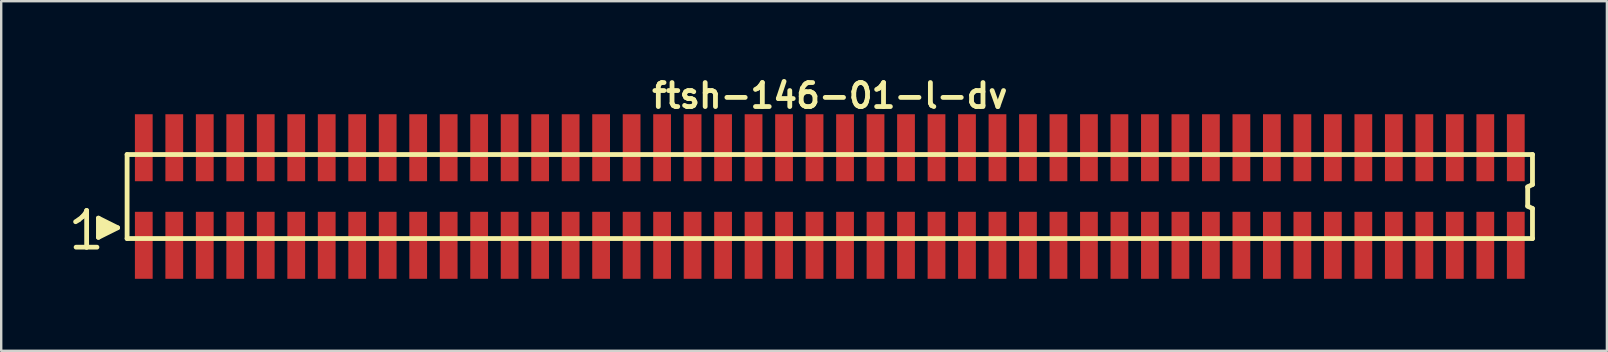
<source format=kicad_pcb>
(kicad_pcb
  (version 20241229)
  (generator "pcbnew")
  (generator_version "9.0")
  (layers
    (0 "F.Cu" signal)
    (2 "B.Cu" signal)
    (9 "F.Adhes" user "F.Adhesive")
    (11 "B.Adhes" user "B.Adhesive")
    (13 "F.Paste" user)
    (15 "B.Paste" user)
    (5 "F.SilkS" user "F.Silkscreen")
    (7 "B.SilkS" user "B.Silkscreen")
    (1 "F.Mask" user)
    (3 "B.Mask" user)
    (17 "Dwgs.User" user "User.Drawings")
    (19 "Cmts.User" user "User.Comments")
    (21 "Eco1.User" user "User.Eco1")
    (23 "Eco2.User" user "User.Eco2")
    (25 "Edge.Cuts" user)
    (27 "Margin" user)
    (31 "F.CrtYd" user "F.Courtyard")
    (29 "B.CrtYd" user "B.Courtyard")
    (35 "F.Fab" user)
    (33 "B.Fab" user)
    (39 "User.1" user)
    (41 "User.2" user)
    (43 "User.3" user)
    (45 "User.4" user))
  (footprint "ftsh-146-01-l-dv"
    (layer "F.Cu")
    (at 31.514 5.136)
    (property "Reference" "ftsh-146-01-l-dv" (at 0 -4.2 0) (layer "F.SilkS") (effects (font (size 1 1) (thickness 0.2))))
    (attr smd)
    (fp_line (start -31.415 1.05) (end -31.285 0.97) (stroke (width 0.198) (type solid)) (layer "F.SilkS"))
    (fp_line (start -31.285 0.97) (end -31.125 0.84) (stroke (width 0.198) (type solid)) (layer "F.SilkS"))
    (fp_line (start -31.125 0.84) (end -30.985 0.67) (stroke (width 0.198) (type solid)) (layer "F.SilkS"))
    (fp_line (start -30.985 0.67) (end -30.955 0.58) (stroke (width 0.198) (type solid)) (layer "F.SilkS"))
    (fp_line (start -30.955 0.58) (end -30.955 2.11) (stroke (width 0.198) (type solid)) (layer "F.SilkS"))
    (fp_line (start -30.955 2.11) (end -31.395 2.11) (stroke (width 0.198) (type solid)) (layer "F.SilkS"))
    (fp_line (start -30.525 2.11) (end -30.965 2.11) (stroke (width 0.198) (type solid)) (layer "F.SilkS"))
    (fp_line (start -30.465 0.9) (end -29.665 1.3) (stroke (width 0.198) (type solid)) (layer "F.SilkS"))
    (fp_line (start -30.465 1.7) (end -30.465 0.9) (stroke (width 0.198) (type solid)) (layer "F.SilkS"))
    (fp_line (start -30.365 1.6) (end -30.365 1) (stroke (width 0.198) (type solid)) (layer "F.SilkS"))
    (fp_line (start -30.265 1.1) (end -30.265 1.5) (stroke (width 0.198) (type solid)) (layer "F.SilkS"))
    (fp_line (start -30.165 1.5) (end -30.165 1.1) (stroke (width 0.198) (type solid)) (layer "F.SilkS"))
    (fp_line (start -30.065 1.2) (end -30.065 1.4) (stroke (width 0.198) (type solid)) (layer "F.SilkS"))
    (fp_line (start -29.965 1.4) (end -29.965 1.2) (stroke (width 0.198) (type solid)) (layer "F.SilkS"))
    (fp_line (start -29.665 1.3) (end -30.465 1.7) (stroke (width 0.198) (type solid)) (layer "F.SilkS"))
    (fp_line (start -29.27 -1.75) (end -29.27 1.75) (stroke (width 0.2) (type solid)) (layer "F.SilkS"))
    (fp_line (start -29.27 -1.75) (end 29.27 -1.75) (stroke (width 0.2) (type solid)) (layer "F.SilkS"))
    (fp_line (start -29.27 1.75) (end 29.27 1.75) (stroke (width 0.2) (type solid)) (layer "F.SilkS"))
    (fp_line (start 29.07 -0.4) (end 29.07 0.4) (stroke (width 0.2) (type solid)) (layer "F.SilkS"))
    (fp_line (start 29.07 -0.4) (end 29.27 -0.5) (stroke (width 0.2) (type solid)) (layer "F.SilkS"))
    (fp_line (start 29.07 0.4) (end 29.27 0.5) (stroke (width 0.2) (type solid)) (layer "F.SilkS"))
    (fp_line (start 29.27 -0.5) (end 29.27 -1.75) (stroke (width 0.2) (type solid)) (layer "F.SilkS"))
    (fp_line (start 29.27 0.5) (end 29.27 1.75) (stroke (width 0.2) (type solid)) (layer "F.SilkS"))
    (pad "1" smd rect (at -28.575 2.032) (size 0.74 2.79) (layers "F.Cu" "F.Mask" "F.Paste"))
    (pad "2" smd rect (at -28.575 -2.032) (size 0.74 2.79) (layers "F.Cu" "F.Mask" "F.Paste"))
    (pad "3" smd rect (at -27.305 2.032) (size 0.74 2.79) (layers "F.Cu" "F.Mask" "F.Paste"))
    (pad "4" smd rect (at -27.305 -2.032) (size 0.74 2.79) (layers "F.Cu" "F.Mask" "F.Paste"))
    (pad "5" smd rect (at -26.035 2.032) (size 0.74 2.79) (layers "F.Cu" "F.Mask" "F.Paste"))
    (pad "6" smd rect (at -26.035 -2.032) (size 0.74 2.79) (layers "F.Cu" "F.Mask" "F.Paste"))
    (pad "7" smd rect (at -24.765 2.032) (size 0.74 2.79) (layers "F.Cu" "F.Mask" "F.Paste"))
    (pad "8" smd rect (at -24.765 -2.032) (size 0.74 2.79) (layers "F.Cu" "F.Mask" "F.Paste"))
    (pad "9" smd rect (at -23.495 2.032) (size 0.74 2.79) (layers "F.Cu" "F.Mask" "F.Paste"))
    (pad "10" smd rect (at -23.495 -2.032) (size 0.74 2.79) (layers "F.Cu" "F.Mask" "F.Paste"))
    (pad "11" smd rect (at -22.225 2.032) (size 0.74 2.79) (layers "F.Cu" "F.Mask" "F.Paste"))
    (pad "12" smd rect (at -22.225 -2.032) (size 0.74 2.79) (layers "F.Cu" "F.Mask" "F.Paste"))
    (pad "13" smd rect (at -20.955 2.032) (size 0.74 2.79) (layers "F.Cu" "F.Mask" "F.Paste"))
    (pad "14" smd rect (at -20.955 -2.032) (size 0.74 2.79) (layers "F.Cu" "F.Mask" "F.Paste"))
    (pad "15" smd rect (at -19.685 2.032) (size 0.74 2.79) (layers "F.Cu" "F.Mask" "F.Paste"))
    (pad "16" smd rect (at -19.685 -2.032) (size 0.74 2.79) (layers "F.Cu" "F.Mask" "F.Paste"))
    (pad "17" smd rect (at -18.415 2.032) (size 0.74 2.79) (layers "F.Cu" "F.Mask" "F.Paste"))
    (pad "18" smd rect (at -18.415 -2.032) (size 0.74 2.79) (layers "F.Cu" "F.Mask" "F.Paste"))
    (pad "19" smd rect (at -17.145 2.032) (size 0.74 2.79) (layers "F.Cu" "F.Mask" "F.Paste"))
    (pad "20" smd rect (at -17.145 -2.032) (size 0.74 2.79) (layers "F.Cu" "F.Mask" "F.Paste"))
    (pad "21" smd rect (at -15.875 2.032) (size 0.74 2.79) (layers "F.Cu" "F.Mask" "F.Paste"))
    (pad "22" smd rect (at -15.875 -2.032) (size 0.74 2.79) (layers "F.Cu" "F.Mask" "F.Paste"))
    (pad "23" smd rect (at -14.605 2.032) (size 0.74 2.79) (layers "F.Cu" "F.Mask" "F.Paste"))
    (pad "24" smd rect (at -14.605 -2.032) (size 0.74 2.79) (layers "F.Cu" "F.Mask" "F.Paste"))
    (pad "25" smd rect (at -13.335 2.032) (size 0.74 2.79) (layers "F.Cu" "F.Mask" "F.Paste"))
    (pad "26" smd rect (at -13.335 -2.032) (size 0.74 2.79) (layers "F.Cu" "F.Mask" "F.Paste"))
    (pad "27" smd rect (at -12.065 2.032) (size 0.74 2.79) (layers "F.Cu" "F.Mask" "F.Paste"))
    (pad "28" smd rect (at -12.065 -2.032) (size 0.74 2.79) (layers "F.Cu" "F.Mask" "F.Paste"))
    (pad "29" smd rect (at -10.795 2.032) (size 0.74 2.79) (layers "F.Cu" "F.Mask" "F.Paste"))
    (pad "30" smd rect (at -10.795 -2.032) (size 0.74 2.79) (layers "F.Cu" "F.Mask" "F.Paste"))
    (pad "31" smd rect (at -9.525 2.032) (size 0.74 2.79) (layers "F.Cu" "F.Mask" "F.Paste"))
    (pad "32" smd rect (at -9.525 -2.032) (size 0.74 2.79) (layers "F.Cu" "F.Mask" "F.Paste"))
    (pad "33" smd rect (at -8.255 2.032) (size 0.74 2.79) (layers "F.Cu" "F.Mask" "F.Paste"))
    (pad "34" smd rect (at -8.255 -2.032) (size 0.74 2.79) (layers "F.Cu" "F.Mask" "F.Paste"))
    (pad "35" smd rect (at -6.985 2.032) (size 0.74 2.79) (layers "F.Cu" "F.Mask" "F.Paste"))
    (pad "36" smd rect (at -6.985 -2.032) (size 0.74 2.79) (layers "F.Cu" "F.Mask" "F.Paste"))
    (pad "37" smd rect (at -5.715 2.032) (size 0.74 2.79) (layers "F.Cu" "F.Mask" "F.Paste"))
    (pad "38" smd rect (at -5.715 -2.032) (size 0.74 2.79) (layers "F.Cu" "F.Mask" "F.Paste"))
    (pad "39" smd rect (at -4.445 2.032) (size 0.74 2.79) (layers "F.Cu" "F.Mask" "F.Paste"))
    (pad "40" smd rect (at -4.445 -2.032) (size 0.74 2.79) (layers "F.Cu" "F.Mask" "F.Paste"))
    (pad "41" smd rect (at -3.175 2.032) (size 0.74 2.79) (layers "F.Cu" "F.Mask" "F.Paste"))
    (pad "42" smd rect (at -3.175 -2.032) (size 0.74 2.79) (layers "F.Cu" "F.Mask" "F.Paste"))
    (pad "43" smd rect (at -1.905 2.032) (size 0.74 2.79) (layers "F.Cu" "F.Mask" "F.Paste"))
    (pad "44" smd rect (at -1.905 -2.032) (size 0.74 2.79) (layers "F.Cu" "F.Mask" "F.Paste"))
    (pad "45" smd rect (at -0.635 2.032) (size 0.74 2.79) (layers "F.Cu" "F.Mask" "F.Paste"))
    (pad "46" smd rect (at -0.635 -2.032) (size 0.74 2.79) (layers "F.Cu" "F.Mask" "F.Paste"))
    (pad "47" smd rect (at 0.635 2.032) (size 0.74 2.79) (layers "F.Cu" "F.Mask" "F.Paste"))
    (pad "48" smd rect (at 0.635 -2.032) (size 0.74 2.79) (layers "F.Cu" "F.Mask" "F.Paste"))
    (pad "49" smd rect (at 1.905 2.032) (size 0.74 2.79) (layers "F.Cu" "F.Mask" "F.Paste"))
    (pad "50" smd rect (at 1.905 -2.032) (size 0.74 2.79) (layers "F.Cu" "F.Mask" "F.Paste"))
    (pad "51" smd rect (at 3.175 2.032) (size 0.74 2.79) (layers "F.Cu" "F.Mask" "F.Paste"))
    (pad "52" smd rect (at 3.175 -2.032) (size 0.74 2.79) (layers "F.Cu" "F.Mask" "F.Paste"))
    (pad "53" smd rect (at 4.445 2.032) (size 0.74 2.79) (layers "F.Cu" "F.Mask" "F.Paste"))
    (pad "54" smd rect (at 4.445 -2.032) (size 0.74 2.79) (layers "F.Cu" "F.Mask" "F.Paste"))
    (pad "55" smd rect (at 5.715 2.032) (size 0.74 2.79) (layers "F.Cu" "F.Mask" "F.Paste"))
    (pad "56" smd rect (at 5.715 -2.032) (size 0.74 2.79) (layers "F.Cu" "F.Mask" "F.Paste"))
    (pad "57" smd rect (at 6.985 2.032) (size 0.74 2.79) (layers "F.Cu" "F.Mask" "F.Paste"))
    (pad "58" smd rect (at 6.985 -2.032) (size 0.74 2.79) (layers "F.Cu" "F.Mask" "F.Paste"))
    (pad "59" smd rect (at 8.255 2.032) (size 0.74 2.79) (layers "F.Cu" "F.Mask" "F.Paste"))
    (pad "60" smd rect (at 8.255 -2.032) (size 0.74 2.79) (layers "F.Cu" "F.Mask" "F.Paste"))
    (pad "61" smd rect (at 9.525 2.032) (size 0.74 2.79) (layers "F.Cu" "F.Mask" "F.Paste"))
    (pad "62" smd rect (at 9.525 -2.032) (size 0.74 2.79) (layers "F.Cu" "F.Mask" "F.Paste"))
    (pad "63" smd rect (at 10.795 2.032) (size 0.74 2.79) (layers "F.Cu" "F.Mask" "F.Paste"))
    (pad "64" smd rect (at 10.795 -2.032) (size 0.74 2.79) (layers "F.Cu" "F.Mask" "F.Paste"))
    (pad "65" smd rect (at 12.065 2.032) (size 0.74 2.79) (layers "F.Cu" "F.Mask" "F.Paste"))
    (pad "66" smd rect (at 12.065 -2.032) (size 0.74 2.79) (layers "F.Cu" "F.Mask" "F.Paste"))
    (pad "67" smd rect (at 13.335 2.032) (size 0.74 2.79) (layers "F.Cu" "F.Mask" "F.Paste"))
    (pad "68" smd rect (at 13.335 -2.032) (size 0.74 2.79) (layers "F.Cu" "F.Mask" "F.Paste"))
    (pad "69" smd rect (at 14.605 2.032) (size 0.74 2.79) (layers "F.Cu" "F.Mask" "F.Paste"))
    (pad "70" smd rect (at 14.605 -2.032) (size 0.74 2.79) (layers "F.Cu" "F.Mask" "F.Paste"))
    (pad "71" smd rect (at 15.875 2.032) (size 0.74 2.79) (layers "F.Cu" "F.Mask" "F.Paste"))
    (pad "72" smd rect (at 15.875 -2.032) (size 0.74 2.79) (layers "F.Cu" "F.Mask" "F.Paste"))
    (pad "73" smd rect (at 17.145 2.032) (size 0.74 2.79) (layers "F.Cu" "F.Mask" "F.Paste"))
    (pad "74" smd rect (at 17.145 -2.032) (size 0.74 2.79) (layers "F.Cu" "F.Mask" "F.Paste"))
    (pad "75" smd rect (at 18.415 2.032) (size 0.74 2.79) (layers "F.Cu" "F.Mask" "F.Paste"))
    (pad "76" smd rect (at 18.415 -2.032) (size 0.74 2.79) (layers "F.Cu" "F.Mask" "F.Paste"))
    (pad "77" smd rect (at 19.685 2.032) (size 0.74 2.79) (layers "F.Cu" "F.Mask" "F.Paste"))
    (pad "78" smd rect (at 19.685 -2.032) (size 0.74 2.79) (layers "F.Cu" "F.Mask" "F.Paste"))
    (pad "79" smd rect (at 20.955 2.032) (size 0.74 2.79) (layers "F.Cu" "F.Mask" "F.Paste"))
    (pad "80" smd rect (at 20.955 -2.032) (size 0.74 2.79) (layers "F.Cu" "F.Mask" "F.Paste"))
    (pad "81" smd rect (at 22.225 2.032) (size 0.74 2.79) (layers "F.Cu" "F.Mask" "F.Paste"))
    (pad "82" smd rect (at 22.225 -2.032) (size 0.74 2.79) (layers "F.Cu" "F.Mask" "F.Paste"))
    (pad "83" smd rect (at 23.495 2.032) (size 0.74 2.79) (layers "F.Cu" "F.Mask" "F.Paste"))
    (pad "84" smd rect (at 23.495 -2.032) (size 0.74 2.79) (layers "F.Cu" "F.Mask" "F.Paste"))
    (pad "85" smd rect (at 24.765 2.032) (size 0.74 2.79) (layers "F.Cu" "F.Mask" "F.Paste"))
    (pad "86" smd rect (at 24.765 -2.032) (size 0.74 2.79) (layers "F.Cu" "F.Mask" "F.Paste"))
    (pad "87" smd rect (at 26.035 2.032) (size 0.74 2.79) (layers "F.Cu" "F.Mask" "F.Paste"))
    (pad "88" smd rect (at 26.035 -2.032) (size 0.74 2.79) (layers "F.Cu" "F.Mask" "F.Paste"))
    (pad "89" smd rect (at 27.305 2.032) (size 0.74 2.79) (layers "F.Cu" "F.Mask" "F.Paste"))
    (pad "90" smd rect (at 27.305 -2.032) (size 0.74 2.79) (layers "F.Cu" "F.Mask" "F.Paste"))
    (pad "91" smd rect (at 28.575 2.032) (size 0.74 2.79) (layers "F.Cu" "F.Mask" "F.Paste"))
    (pad "92" smd rect (at 28.575 -2.032) (size 0.74 2.79) (layers "F.Cu" "F.Mask" "F.Paste")))
  (gr_rect
    (start -3 -3)
    (end 63.884 11.563)
    (stroke (width 0.1) (type default))
    (fill no)
    (layer "Edge.Cuts")))
</source>
